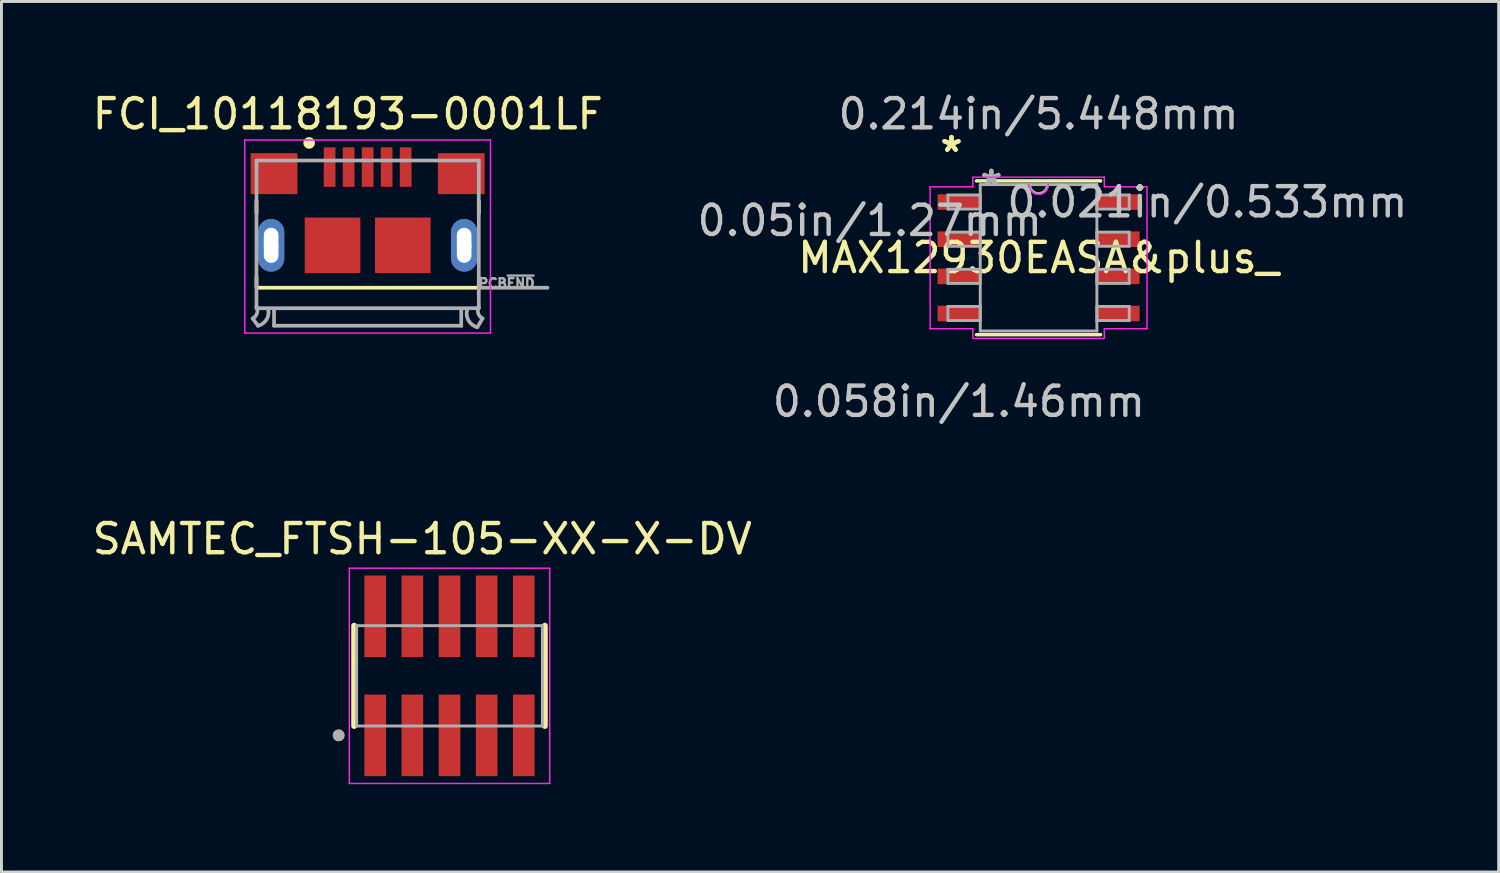
<source format=kicad_pcb>
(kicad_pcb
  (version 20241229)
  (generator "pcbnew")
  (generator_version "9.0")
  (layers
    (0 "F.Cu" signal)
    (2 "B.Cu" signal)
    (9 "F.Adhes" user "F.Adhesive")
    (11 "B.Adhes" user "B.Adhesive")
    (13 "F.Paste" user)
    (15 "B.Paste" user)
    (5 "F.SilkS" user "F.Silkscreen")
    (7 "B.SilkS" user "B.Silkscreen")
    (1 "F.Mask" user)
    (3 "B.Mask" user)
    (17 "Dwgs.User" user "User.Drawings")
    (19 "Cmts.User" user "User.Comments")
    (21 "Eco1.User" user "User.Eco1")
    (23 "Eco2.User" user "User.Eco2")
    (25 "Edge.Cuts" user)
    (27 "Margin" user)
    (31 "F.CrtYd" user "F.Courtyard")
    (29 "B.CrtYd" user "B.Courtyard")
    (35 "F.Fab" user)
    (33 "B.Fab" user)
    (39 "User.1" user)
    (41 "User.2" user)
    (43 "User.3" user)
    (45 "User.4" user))
  (footprint "FCI_10118193-0001LF"
    (layer "F.Cu")
    (at 9.519 5.337)
    (property "Reference" "FCI_10118193-0001LF" (at -0.679 -4.489 0) (layer "F.SilkS") (effects (font (size 1 1) (thickness 0.15))))
    (attr through_hole)
    (fp_line (start -3.8 -1.5) (end -3.8 -1.1) (stroke (width 0.127) (type solid)) (layer "F.SilkS"))
    (fp_line (start -3.8 1.1) (end -3.8 1.4) (stroke (width 0.127) (type solid)) (layer "F.SilkS"))
    (fp_line (start -3.8 1.45) (end 3.8 1.45) (stroke (width 0.127) (type solid)) (layer "F.SilkS"))
    (fp_line (start 3.8 -1.1) (end 3.8 -1.5) (stroke (width 0.127) (type solid)) (layer "F.SilkS"))
    (fp_line (start 3.8 1.1) (end 3.8 1.4) (stroke (width 0.127) (type solid)) (layer "F.SilkS"))
    (fp_circle (center -2 -3.5) (end -1.9 -3.5) (stroke (width 0.2) (type solid)) (fill no) (layer "F.SilkS"))
    (fp_line (start -4.2 -3.6) (end -4.2 3) (stroke (width 0.05) (type solid)) (layer "F.CrtYd"))
    (fp_line (start -4.2 3) (end 4.2 3) (stroke (width 0.05) (type solid)) (layer "F.CrtYd"))
    (fp_line (start 4.2 -3.6) (end -4.2 -3.6) (stroke (width 0.05) (type solid)) (layer "F.CrtYd"))
    (fp_line (start 4.2 3) (end 4.2 -3.6) (stroke (width 0.05) (type solid)) (layer "F.CrtYd"))
    (fp_line (start -3.93 2.5) (end -3.75 2.75) (stroke (width 0.127) (type solid)) (layer "F.Fab"))
    (fp_line (start -3.8 -2.9) (end 3.8 -2.9) (stroke (width 0.127) (type solid)) (layer "F.Fab"))
    (fp_line (start -3.8 2.1) (end -3.8 -2.9) (stroke (width 0.127) (type solid)) (layer "F.Fab"))
    (fp_line (start -3.8 2.15) (end -3.8 2.1) (stroke (width 0.127) (type solid)) (layer "F.Fab"))
    (fp_line (start -3.2 2.2) (end -3.2 2.75) (stroke (width 0.127) (type solid)) (layer "F.Fab"))
    (fp_line (start -3.2 2.75) (end 3.2 2.75) (stroke (width 0.127) (type solid)) (layer "F.Fab"))
    (fp_line (start 3.2 2.75) (end 3.2 2.2) (stroke (width 0.127) (type solid)) (layer "F.Fab"))
    (fp_line (start 3.8 -2.9) (end 3.8 1.45) (stroke (width 0.127) (type solid)) (layer "F.Fab"))
    (fp_line (start 3.8 1.45) (end 3.8 2.15) (stroke (width 0.127) (type solid)) (layer "F.Fab"))
    (fp_line (start 3.8 1.45) (end 6.15 1.45) (stroke (width 0.127) (type solid)) (layer "F.Fab"))
    (fp_line (start 3.8 2.15) (end -3.8 2.15) (stroke (width 0.127) (type solid)) (layer "F.Fab"))
    (fp_line (start 3.93 2.5) (end 3.75 2.8) (stroke (width 0.127) (type solid)) (layer "F.Fab"))
    (fp_arc (start -3.8 2.1) (mid -3.782157 2.326924) (end -3.93 2.5) (stroke (width 0.127) (type solid)) (layer "F.Fab"))
    (fp_arc (start -3.4 2.2) (mid -3.461091 2.547487) (end -3.75 2.75) (stroke (width 0.127) (type solid)) (layer "F.Fab"))
    (fp_arc (start 3.75 2.8) (mid 3.450736 2.572487) (end 3.4 2.2) (stroke (width 0.127) (type solid)) (layer "F.Fab"))
    (fp_arc (start 3.93 2.5) (mid 3.782157 2.326924) (end 3.8 2.1) (stroke (width 0.127) (type solid)) (layer "F.Fab"))
    (fp_text user "PCB~{END}" (at 4.75 1.3 0) (layer "F.Fab") (effects (font (size 0.32 0.32) (thickness 0.15))))
    (pad "" np_thru_hole circle (at -3.3 0) (size 0.5 0.5) (drill 0.5) (layers "*.Cu" "*.Mask"))
    (pad "" np_thru_hole circle (at 3.3 0) (size 0.5 0.5) (drill 0.5) (layers "*.Cu" "*.Mask"))
    (pad "1" smd rect (at -1.3 -2.675) (size 0.4 1.35) (layers "F.Cu" "F.Mask" "F.Paste"))
    (pad "2" smd rect (at -0.65 -2.675) (size 0.4 1.35) (layers "F.Cu" "F.Mask" "F.Paste"))
    (pad "3" smd rect (at 0 -2.675) (size 0.4 1.35) (layers "F.Cu" "F.Mask" "F.Paste"))
    (pad "4" smd rect (at 0.65 -2.675) (size 0.4 1.35) (layers "F.Cu" "F.Mask" "F.Paste"))
    (pad "5" smd rect (at 1.3 -2.675) (size 0.4 1.35) (layers "F.Cu" "F.Mask" "F.Paste"))
    (pad "S1" smd rect (at -3.2 -2.45) (size 1.6 1.4) (layers "F.Cu" "F.Mask" "F.Paste"))
    (pad "S2" smd rect (at 3.2 -2.45) (size 1.6 1.4) (layers "F.Cu" "F.Mask" "F.Paste"))
    (pad "S3" smd rect (at 1.2 0) (size 1.9 1.9) (layers "F.Cu" "F.Mask" "F.Paste"))
    (pad "S4" smd rect (at -1.2 0) (size 1.9 1.9) (layers "F.Cu" "F.Mask" "F.Paste"))
    (pad "S5" thru_hole oval (at -3.3 0) (size 0.9 1.8) (drill oval 0.5 1.2) (layers "*.Cu" "*.Mask"))
    (pad "S6" thru_hole oval (at 3.3 0) (size 0.9 1.8) (drill oval 0.5 1.2) (layers "*.Cu" "*.Mask")))
  (footprint "SAMTEC_FTSH-105-XX-X-DV"
    (layer "F.Cu")
    (at 12.318 20.056)
    (property "Reference" "SAMTEC_FTSH-105-XX-X-DV" (at -0.931 -4.681 0) (layer "F.SilkS") (effects (font (size 1 1) (thickness 0.15))))
    (attr through_hole)
    (fp_line (start -3.26 -1.715) (end -3.26 1.715) (stroke (width 0.2) (type solid)) (layer "F.SilkS"))
    (fp_line (start 3.26 1.715) (end 3.26 -1.715) (stroke (width 0.2) (type solid)) (layer "F.SilkS"))
    (fp_circle (center -3.79 2.035) (end -3.69 2.035) (stroke (width 0.2) (type solid)) (fill no) (layer "F.SilkS"))
    (fp_line (start -3.425 -3.68) (end 3.425 -3.68) (stroke (width 0.05) (type solid)) (layer "F.CrtYd"))
    (fp_line (start -3.425 3.68) (end -3.425 -3.68) (stroke (width 0.05) (type solid)) (layer "F.CrtYd"))
    (fp_line (start 3.425 -3.68) (end 3.425 3.68) (stroke (width 0.05) (type solid)) (layer "F.CrtYd"))
    (fp_line (start 3.425 3.68) (end -3.425 3.68) (stroke (width 0.05) (type solid)) (layer "F.CrtYd"))
    (fp_line (start -3.175 1.715) (end -3.175 -1.715) (stroke (width 0.1) (type solid)) (layer "F.Fab"))
    (fp_line (start -3.175 1.715) (end 3.175 1.715) (stroke (width 0.1) (type solid)) (layer "F.Fab"))
    (fp_line (start 3.175 -1.715) (end -3.175 -1.715) (stroke (width 0.1) (type solid)) (layer "F.Fab"))
    (fp_line (start 3.175 1.715) (end 3.175 -1.715) (stroke (width 0.1) (type solid)) (layer "F.Fab"))
    (fp_circle (center -3.79 2.035) (end -3.69 2.035) (stroke (width 0.2) (type solid)) (fill no) (layer "F.Fab"))
    (pad "01" smd rect (at -2.54 2.035) (size 0.74 2.79) (layers "F.Cu" "F.Mask" "F.Paste"))
    (pad "02" smd rect (at -2.54 -2.035) (size 0.74 2.79) (layers "F.Cu" "F.Mask" "F.Paste"))
    (pad "03" smd rect (at -1.27 2.035) (size 0.74 2.79) (layers "F.Cu" "F.Mask" "F.Paste"))
    (pad "04" smd rect (at -1.27 -2.035) (size 0.74 2.79) (layers "F.Cu" "F.Mask" "F.Paste"))
    (pad "05" smd rect (at 0 2.035) (size 0.74 2.79) (layers "F.Cu" "F.Mask" "F.Paste"))
    (pad "06" smd rect (at 0 -2.035) (size 0.74 2.79) (layers "F.Cu" "F.Mask" "F.Paste"))
    (pad "07" smd rect (at 1.27 2.035) (size 0.74 2.79) (layers "F.Cu" "F.Mask" "F.Paste"))
    (pad "08" smd rect (at 1.27 -2.035) (size 0.74 2.79) (layers "F.Cu" "F.Mask" "F.Paste"))
    (pad "09" smd rect (at 2.54 2.035) (size 0.74 2.79) (layers "F.Cu" "F.Mask" "F.Paste"))
    (pad "10" smd rect (at 2.54 -2.035) (size 0.74 2.79) (layers "F.Cu" "F.Mask" "F.Paste")))
  (footprint "MAX12930EASA&plus_"
    (layer "F.Cu")
    (at 32.457 5.763)
    (property "Reference" "MAX12930EASA&plus_" (at 0 0 0) (layer "F.SilkS") (effects (font (size 1 1) (thickness 0.15))))
    (attr through_hole)
    (fp_line (start -2.121 2.629) (end 2.121 2.629) (stroke (width 0.12) (type solid)) (layer "F.SilkS"))
    (fp_line (start 2.121 -2.629) (end -2.121 -2.629) (stroke (width 0.12) (type solid)) (layer "F.SilkS"))
    (fp_line (start -3.708 -2.426) (end -2.248 -2.426) (stroke (width 0.05) (type solid)) (layer "F.CrtYd"))
    (fp_line (start -3.708 2.426) (end -3.708 -2.426) (stroke (width 0.05) (type solid)) (layer "F.CrtYd"))
    (fp_line (start -2.248 -2.756) (end 2.248 -2.756) (stroke (width 0.05) (type solid)) (layer "F.CrtYd"))
    (fp_line (start -2.248 -2.426) (end -2.248 -2.756) (stroke (width 0.05) (type solid)) (layer "F.CrtYd"))
    (fp_line (start -2.248 2.426) (end -3.708 2.426) (stroke (width 0.05) (type solid)) (layer "F.CrtYd"))
    (fp_line (start -2.248 2.756) (end -2.248 2.426) (stroke (width 0.05) (type solid)) (layer "F.CrtYd"))
    (fp_line (start 2.248 -2.756) (end 2.248 -2.426) (stroke (width 0.05) (type solid)) (layer "F.CrtYd"))
    (fp_line (start 2.248 -2.426) (end 3.708 -2.426) (stroke (width 0.05) (type solid)) (layer "F.CrtYd"))
    (fp_line (start 2.248 2.426) (end 2.248 2.756) (stroke (width 0.05) (type solid)) (layer "F.CrtYd"))
    (fp_line (start 2.248 2.756) (end -2.248 2.756) (stroke (width 0.05) (type solid)) (layer "F.CrtYd"))
    (fp_line (start 3.708 -2.426) (end 3.708 2.426) (stroke (width 0.05) (type solid)) (layer "F.CrtYd"))
    (fp_line (start 3.708 2.426) (end 2.248 2.426) (stroke (width 0.05) (type solid)) (layer "F.CrtYd"))
    (fp_arc (start 0.332317 -2.5019) (mid 0 -2.169583) (end -0.332317 -2.5019) (stroke (width 0.05) (type solid)) (layer "F.CrtYd"))
    (fp_line (start -3.099 -2.146) (end -3.099 -1.664) (stroke (width 0.1) (type solid)) (layer "F.Fab"))
    (fp_line (start -3.099 -1.664) (end -1.994 -1.664) (stroke (width 0.1) (type solid)) (layer "F.Fab"))
    (fp_line (start -3.099 -0.876) (end -3.099 -0.394) (stroke (width 0.1) (type solid)) (layer "F.Fab"))
    (fp_line (start -3.099 -0.394) (end -1.994 -0.394) (stroke (width 0.1) (type solid)) (layer "F.Fab"))
    (fp_line (start -3.099 0.394) (end -3.099 0.876) (stroke (width 0.1) (type solid)) (layer "F.Fab"))
    (fp_line (start -3.099 0.876) (end -1.994 0.876) (stroke (width 0.1) (type solid)) (layer "F.Fab"))
    (fp_line (start -3.099 1.664) (end -3.099 2.146) (stroke (width 0.1) (type solid)) (layer "F.Fab"))
    (fp_line (start -3.099 2.146) (end -1.994 2.146) (stroke (width 0.1) (type solid)) (layer "F.Fab"))
    (fp_line (start -1.994 -2.502) (end -1.994 2.502) (stroke (width 0.1) (type solid)) (layer "F.Fab"))
    (fp_line (start -1.994 -2.146) (end -3.099 -2.146) (stroke (width 0.1) (type solid)) (layer "F.Fab"))
    (fp_line (start -1.994 -1.664) (end -1.994 -2.146) (stroke (width 0.1) (type solid)) (layer "F.Fab"))
    (fp_line (start -1.994 -0.876) (end -3.099 -0.876) (stroke (width 0.1) (type solid)) (layer "F.Fab"))
    (fp_line (start -1.994 -0.394) (end -1.994 -0.876) (stroke (width 0.1) (type solid)) (layer "F.Fab"))
    (fp_line (start -1.994 0.394) (end -3.099 0.394) (stroke (width 0.1) (type solid)) (layer "F.Fab"))
    (fp_line (start -1.994 0.876) (end -1.994 0.394) (stroke (width 0.1) (type solid)) (layer "F.Fab"))
    (fp_line (start -1.994 1.664) (end -3.099 1.664) (stroke (width 0.1) (type solid)) (layer "F.Fab"))
    (fp_line (start -1.994 2.146) (end -1.994 1.664) (stroke (width 0.1) (type solid)) (layer "F.Fab"))
    (fp_line (start -1.994 2.502) (end 1.994 2.502) (stroke (width 0.1) (type solid)) (layer "F.Fab"))
    (fp_line (start 1.994 -2.502) (end -1.994 -2.502) (stroke (width 0.1) (type solid)) (layer "F.Fab"))
    (fp_line (start 1.994 -2.146) (end 1.994 -1.664) (stroke (width 0.1) (type solid)) (layer "F.Fab"))
    (fp_line (start 1.994 -1.664) (end 3.099 -1.664) (stroke (width 0.1) (type solid)) (layer "F.Fab"))
    (fp_line (start 1.994 -0.876) (end 1.994 -0.394) (stroke (width 0.1) (type solid)) (layer "F.Fab"))
    (fp_line (start 1.994 -0.394) (end 3.099 -0.394) (stroke (width 0.1) (type solid)) (layer "F.Fab"))
    (fp_line (start 1.994 0.394) (end 1.994 0.876) (stroke (width 0.1) (type solid)) (layer "F.Fab"))
    (fp_line (start 1.994 0.876) (end 3.099 0.876) (stroke (width 0.1) (type solid)) (layer "F.Fab"))
    (fp_line (start 1.994 1.664) (end 1.994 2.146) (stroke (width 0.1) (type solid)) (layer "F.Fab"))
    (fp_line (start 1.994 2.146) (end 3.099 2.146) (stroke (width 0.1) (type solid)) (layer "F.Fab"))
    (fp_line (start 1.994 2.502) (end 1.994 -2.502) (stroke (width 0.1) (type solid)) (layer "F.Fab"))
    (fp_line (start 3.099 -2.146) (end 1.994 -2.146) (stroke (width 0.1) (type solid)) (layer "F.Fab"))
    (fp_line (start 3.099 -1.664) (end 3.099 -2.146) (stroke (width 0.1) (type solid)) (layer "F.Fab"))
    (fp_line (start 3.099 -0.876) (end 1.994 -0.876) (stroke (width 0.1) (type solid)) (layer "F.Fab"))
    (fp_line (start 3.099 -0.394) (end 3.099 -0.876) (stroke (width 0.1) (type solid)) (layer "F.Fab"))
    (fp_line (start 3.099 0.394) (end 1.994 0.394) (stroke (width 0.1) (type solid)) (layer "F.Fab"))
    (fp_line (start 3.099 0.876) (end 3.099 0.394) (stroke (width 0.1) (type solid)) (layer "F.Fab"))
    (fp_line (start 3.099 1.664) (end 1.994 1.664) (stroke (width 0.1) (type solid)) (layer "F.Fab"))
    (fp_line (start 3.099 2.146) (end 3.099 1.664) (stroke (width 0.1) (type solid)) (layer "F.Fab"))
    (fp_arc (start 0.3048 -2.5019) (mid 0 -2.1971) (end -0.3048 -2.5019) (stroke (width 0.1) (type solid)) (layer "F.Fab"))
    (fp_text user "*" (at -2.978 -3.581 0) (layer "F.SilkS") (effects (font (size 1 1) (thickness 0.15))))
    (fp_text user "*" (at -2.978 -3.581 0) (layer "F.SilkS") (effects (font (size 1 1) (thickness 0.15))))
    (fp_text user "0.058in/1.46mm" (at -2.724 4.915 0) (layer "Dwgs.User") (effects (font (size 1 1) (thickness 0.15))))
    (fp_text user "0.021in/0.533mm" (at 5.772 -1.905 0) (layer "Dwgs.User") (effects (font (size 1 1) (thickness 0.15))))
    (fp_text user "0.05in/1.27mm" (at -5.772 -1.27 0) (layer "Dwgs.User") (effects (font (size 1 1) (thickness 0.15))))
    (fp_text user "0.214in/5.448mm" (at 0 -4.915 0) (layer "Dwgs.User") (effects (font (size 1 1) (thickness 0.15))))
    (fp_text user "Copyright 2021 Accelerated Designs. All rights reserved." (at 0 0 0) (layer "Cmts.User") (effects (font (size 0.127 0.127) (thickness 0.002))))
    (fp_text user "*" (at -1.613 -2.426 0) (layer "F.Fab") (effects (font (size 1 1) (thickness 0.15))))
    (fp_text user "*" (at -1.613 -2.426 0) (layer "F.Fab") (effects (font (size 1 1) (thickness 0.15))))
    (pad "1" smd rect (at -2.724 -1.905) (size 1.46 0.533) (layers "F.Cu" "F.Mask" "F.Paste"))
    (pad "2" smd rect (at -2.724 -0.635) (size 1.46 0.533) (layers "F.Cu" "F.Mask" "F.Paste"))
    (pad "3" smd rect (at -2.724 0.635) (size 1.46 0.533) (layers "F.Cu" "F.Mask" "F.Paste"))
    (pad "4" smd rect (at -2.724 1.905) (size 1.46 0.533) (layers "F.Cu" "F.Mask" "F.Paste"))
    (pad "5" smd rect (at 2.724 1.905) (size 1.46 0.533) (layers "F.Cu" "F.Mask" "F.Paste"))
    (pad "6" smd rect (at 2.724 0.635) (size 1.46 0.533) (layers "F.Cu" "F.Mask" "F.Paste"))
    (pad "7" smd rect (at 2.724 -0.635) (size 1.46 0.533) (layers "F.Cu" "F.Mask" "F.Paste"))
    (pad "8" smd rect (at 2.724 -1.905) (size 1.46 0.533) (layers "F.Cu" "F.Mask" "F.Paste")))
  (gr_rect
    (start -3 -3)
    (end 48.187 26.761)
    (stroke (width 0.1) (type default))
    (fill no)
    (layer "Edge.Cuts")))
</source>
